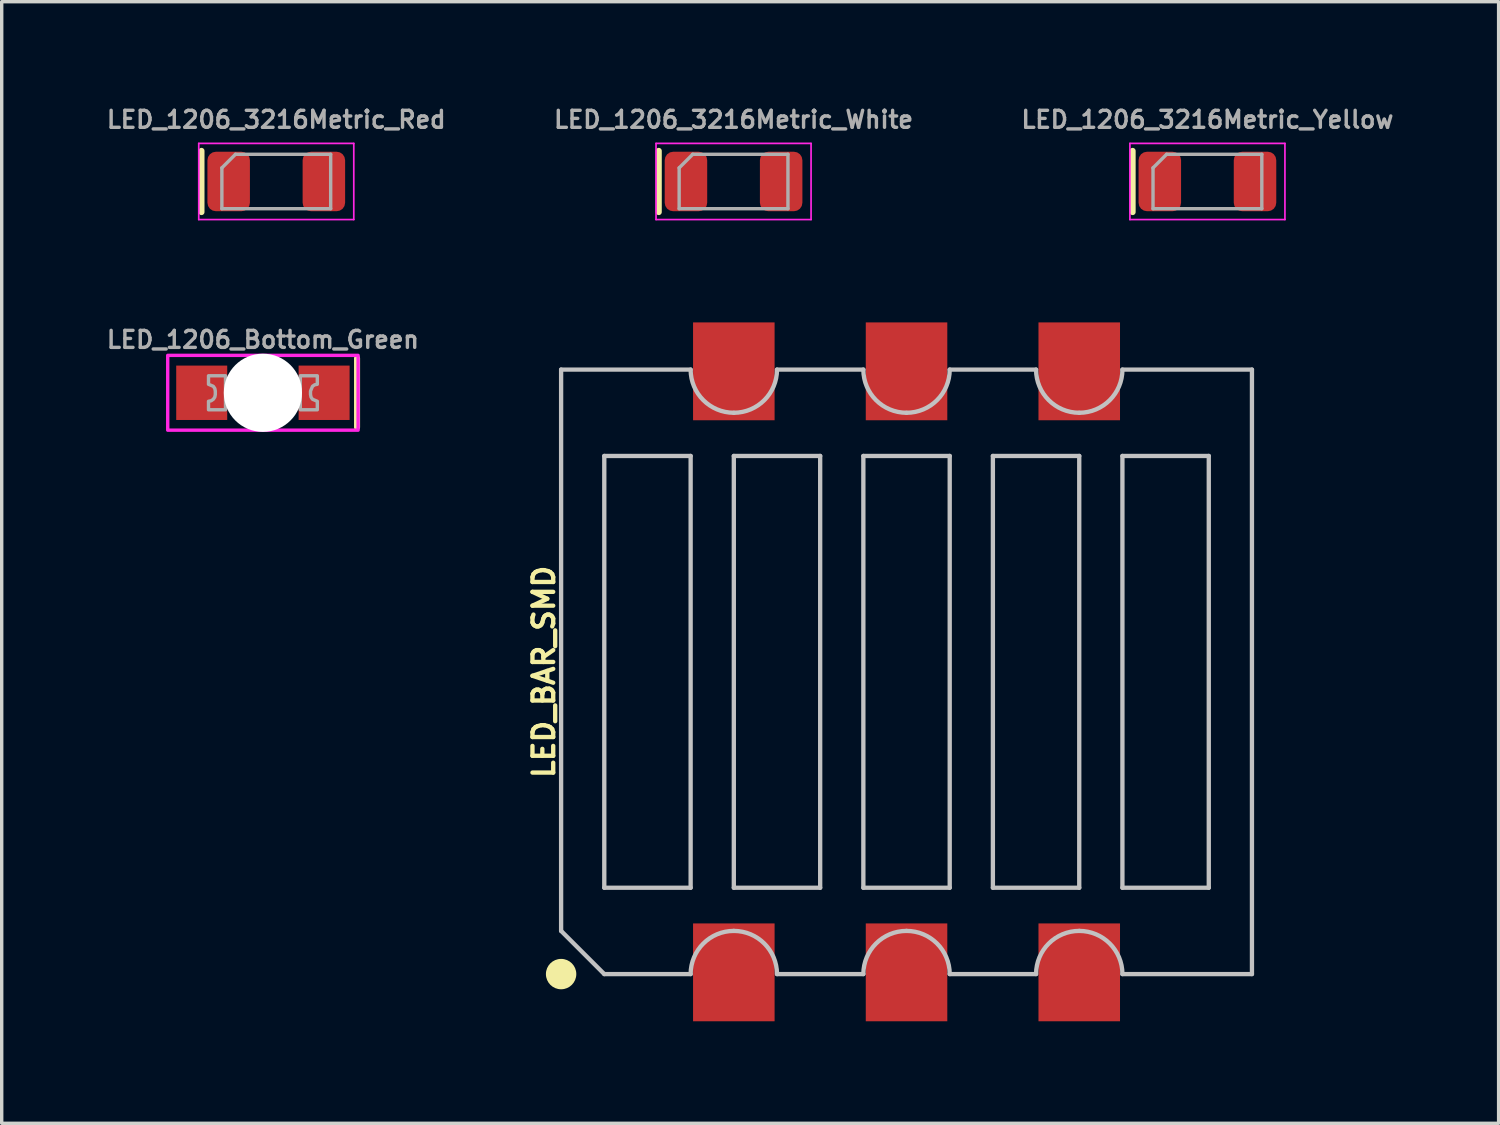
<source format=kicad_pcb>
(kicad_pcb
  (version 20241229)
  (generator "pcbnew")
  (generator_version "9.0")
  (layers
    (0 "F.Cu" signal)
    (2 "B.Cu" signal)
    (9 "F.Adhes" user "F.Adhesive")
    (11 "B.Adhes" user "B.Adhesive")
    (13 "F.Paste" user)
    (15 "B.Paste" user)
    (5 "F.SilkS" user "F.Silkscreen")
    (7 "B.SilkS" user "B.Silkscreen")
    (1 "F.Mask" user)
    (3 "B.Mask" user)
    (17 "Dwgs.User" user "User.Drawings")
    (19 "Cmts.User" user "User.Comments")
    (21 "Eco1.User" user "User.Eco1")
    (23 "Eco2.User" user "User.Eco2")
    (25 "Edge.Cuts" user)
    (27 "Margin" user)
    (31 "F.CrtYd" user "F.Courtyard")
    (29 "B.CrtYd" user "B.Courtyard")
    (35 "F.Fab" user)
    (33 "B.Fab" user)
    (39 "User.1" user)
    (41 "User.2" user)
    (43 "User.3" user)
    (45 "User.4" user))
  (footprint "LED_BAR_SMD"
    (layer "F.Cu")
    (at 23.614 16.711)
    (property "Reference" "LED_BAR_SMD" (at -10.668 0 90) (layer "F.SilkS") (effects (font (size 0.61 0.61) (thickness 0.127))))
    (attr smd)
    (fp_circle (center -10.16 8.89) (end -10.16 8.443) (stroke (width 0) (type solid)) (fill yes) (layer "F.SilkS"))
    (fp_line (start -10.16 -8.89) (end -6.35 -8.89) (stroke (width 0.127) (type solid)) (layer "Dwgs.User"))
    (fp_line (start -10.16 7.62) (end -10.16 -8.89) (stroke (width 0.127) (type solid)) (layer "Dwgs.User"))
    (fp_line (start -10.16 7.62) (end -8.89 8.89) (stroke (width 0.127) (type solid)) (layer "Dwgs.User"))
    (fp_line (start -8.89 -6.35) (end -6.35 -6.35) (stroke (width 0.127) (type solid)) (layer "Dwgs.User"))
    (fp_line (start -8.89 6.35) (end -8.89 -6.35) (stroke (width 0.127) (type solid)) (layer "Dwgs.User"))
    (fp_line (start -8.89 8.89) (end -6.35 8.89) (stroke (width 0.127) (type solid)) (layer "Dwgs.User"))
    (fp_line (start -6.35 -6.35) (end -6.35 6.35) (stroke (width 0.127) (type solid)) (layer "Dwgs.User"))
    (fp_line (start -6.35 6.35) (end -8.89 6.35) (stroke (width 0.127) (type solid)) (layer "Dwgs.User"))
    (fp_line (start -5.08 -6.35) (end -2.54 -6.35) (stroke (width 0.127) (type solid)) (layer "Dwgs.User"))
    (fp_line (start -5.08 6.35) (end -5.08 -6.35) (stroke (width 0.127) (type solid)) (layer "Dwgs.User"))
    (fp_line (start -3.81 -8.89) (end -1.27 -8.89) (stroke (width 0.127) (type solid)) (layer "Dwgs.User"))
    (fp_line (start -3.81 8.89) (end -1.27 8.89) (stroke (width 0.127) (type solid)) (layer "Dwgs.User"))
    (fp_line (start -2.54 -6.35) (end -2.54 6.35) (stroke (width 0.127) (type solid)) (layer "Dwgs.User"))
    (fp_line (start -2.54 6.35) (end -5.08 6.35) (stroke (width 0.127) (type solid)) (layer "Dwgs.User"))
    (fp_line (start -1.27 -6.35) (end 1.27 -6.35) (stroke (width 0.127) (type solid)) (layer "Dwgs.User"))
    (fp_line (start -1.27 6.35) (end -1.27 -6.35) (stroke (width 0.127) (type solid)) (layer "Dwgs.User"))
    (fp_line (start 1.27 -8.89) (end 3.81 -8.89) (stroke (width 0.127) (type solid)) (layer "Dwgs.User"))
    (fp_line (start 1.27 -6.35) (end 1.27 6.35) (stroke (width 0.127) (type solid)) (layer "Dwgs.User"))
    (fp_line (start 1.27 6.35) (end -1.27 6.35) (stroke (width 0.127) (type solid)) (layer "Dwgs.User"))
    (fp_line (start 1.27 8.89) (end 3.81 8.89) (stroke (width 0.127) (type solid)) (layer "Dwgs.User"))
    (fp_line (start 2.54 -6.35) (end 5.08 -6.35) (stroke (width 0.127) (type solid)) (layer "Dwgs.User"))
    (fp_line (start 2.54 6.35) (end 2.54 -6.35) (stroke (width 0.127) (type solid)) (layer "Dwgs.User"))
    (fp_line (start 5.08 -6.35) (end 5.08 6.35) (stroke (width 0.127) (type solid)) (layer "Dwgs.User"))
    (fp_line (start 5.08 6.35) (end 2.54 6.35) (stroke (width 0.127) (type solid)) (layer "Dwgs.User"))
    (fp_line (start 6.35 -8.89) (end 10.16 -8.89) (stroke (width 0.127) (type solid)) (layer "Dwgs.User"))
    (fp_line (start 6.35 -6.35) (end 8.89 -6.35) (stroke (width 0.127) (type solid)) (layer "Dwgs.User"))
    (fp_line (start 6.35 6.35) (end 6.35 -6.35) (stroke (width 0.127) (type solid)) (layer "Dwgs.User"))
    (fp_line (start 6.35 8.89) (end 10.16 8.89) (stroke (width 0.127) (type solid)) (layer "Dwgs.User"))
    (fp_line (start 8.89 -6.35) (end 8.89 6.35) (stroke (width 0.127) (type solid)) (layer "Dwgs.User"))
    (fp_line (start 8.89 6.35) (end 6.35 6.35) (stroke (width 0.127) (type solid)) (layer "Dwgs.User"))
    (fp_line (start 10.16 -8.89) (end 10.16 8.89) (stroke (width 0.127) (type solid)) (layer "Dwgs.User"))
    (fp_arc (start -6.35 8.89) (mid -5.978026 7.991974) (end -5.08 7.62) (stroke (width 0.127) (type solid)) (layer "Dwgs.User"))
    (fp_arc (start -5.08 -7.62) (mid -5.978026 -7.991974) (end -6.35 -8.89) (stroke (width 0.127) (type solid)) (layer "Dwgs.User"))
    (fp_arc (start -5.08 7.62) (mid -4.181974 7.991974) (end -3.81 8.89) (stroke (width 0.127) (type solid)) (layer "Dwgs.User"))
    (fp_arc (start -3.81 -8.89) (mid -4.181974 -7.991974) (end -5.08 -7.62) (stroke (width 0.127) (type solid)) (layer "Dwgs.User"))
    (fp_arc (start -1.27 8.89) (mid -0.898026 7.991974) (end 0 7.62) (stroke (width 0.127) (type solid)) (layer "Dwgs.User"))
    (fp_arc (start 0 -7.62) (mid -0.898026 -7.991974) (end -1.27 -8.89) (stroke (width 0.127) (type solid)) (layer "Dwgs.User"))
    (fp_arc (start 0 7.62) (mid 0.898026 7.991974) (end 1.27 8.89) (stroke (width 0.127) (type solid)) (layer "Dwgs.User"))
    (fp_arc (start 1.27 -8.89) (mid 0.898026 -7.991974) (end 0 -7.62) (stroke (width 0.127) (type solid)) (layer "Dwgs.User"))
    (fp_arc (start 3.81 8.89) (mid 4.181974 7.991974) (end 5.08 7.62) (stroke (width 0.127) (type solid)) (layer "Dwgs.User"))
    (fp_arc (start 5.08 -7.62) (mid 4.181974 -7.991974) (end 3.81 -8.89) (stroke (width 0.127) (type solid)) (layer "Dwgs.User"))
    (fp_arc (start 5.08 7.62) (mid 5.978026 7.991974) (end 6.35 8.89) (stroke (width 0.127) (type solid)) (layer "Dwgs.User"))
    (fp_arc (start 6.35 -8.89) (mid 5.978026 -7.991974) (end 5.08 -7.62) (stroke (width 0.127) (type solid)) (layer "Dwgs.User"))
    (pad "1" smd rect (at -5.08 8.839 90) (size 2.878 2.398) (layers "F.Cu" "F.Mask" "F.Paste"))
    (pad "2" smd rect (at 0 8.839 90) (size 2.878 2.398) (layers "F.Cu" "F.Mask" "F.Paste"))
    (pad "3" smd rect (at 5.08 8.839 90) (size 2.878 2.398) (layers "F.Cu" "F.Mask" "F.Paste"))
    (pad "4" smd rect (at 5.08 -8.839 90) (size 2.878 2.398) (layers "F.Cu" "F.Mask" "F.Paste"))
    (pad "5" smd rect (at 0 -8.839 90) (size 2.878 2.398) (layers "F.Cu" "F.Mask" "F.Paste"))
    (pad "6" smd rect (at -5.08 -8.839 90) (size 2.878 2.398) (layers "F.Cu" "F.Mask" "F.Paste")))
  (footprint "LED_1206_Bottom_Green"
    (layer "F.Cu")
    (at 4.683 8.503)
    (property "Reference" "LED_1206_Bottom_Green" (at 0 -1.27 0) (unlocked yes) (layer "F.Fab") (effects (font (size 0.5 0.5) (thickness 0.1)) (justify bottom)))
    (fp_line (start 2.769 -1.016) (end 2.769 1.016) (stroke (width 0.178) (type solid)) (layer "F.SilkS"))
    (fp_rect (start -2.8 -1.1) (end 2.8 1.1) (stroke (width 0.1) (type default)) (fill no) (layer "F.CrtYd"))
    (fp_poly (pts (xy 1.6 -0.25) (xy 1.6 -0.25) (xy 1.523 -0.235) (xy 1.459 -0.191) (xy 1.4 -0.05) (xy 1.4 0.05) (xy 1.415 0.127) (xy 1.459 0.191) (xy 1.6 0.25) (xy 1.6 0.5) (xy 1.1 0.5) (xy 1.1 -0.5) (xy 1.6 -0.5)) (stroke (width 0.1) (type default)) (fill no) (layer "F.Fab"))
    (fp_poly (pts (xy -1.1 0.5) (xy -1.6 0.5) (xy -1.6 0.25) (xy -1.6 0.25) (xy -1.523 0.235) (xy -1.459 0.191) (xy -1.415 0.127) (xy -1.4 0.05) (xy -1.4 -0.05) (xy -1.415 -0.127) (xy -1.459 -0.191) (xy -1.6 -0.25) (xy -1.6 -0.5) (xy -1.1 -0.5)) (stroke (width 0.1) (type default)) (fill no) (layer "F.Fab"))
    (pad "" np_thru_hole circle (at 0 0) (size 2.3 2.3) (drill 2.3) (layers "*.Cu" "*.Mask"))
    (pad "1" smd rect (at 1.8 0) (size 1.5 1.6) (layers "F.Cu" "F.Mask" "F.Paste"))
    (pad "2" smd rect (at -1.8 0) (size 1.5 1.6) (layers "F.Cu" "F.Mask" "F.Paste")))
  (footprint "LED_1206_3216Metric_Yellow"
    (layer "F.Cu")
    (at 32.464 2.288)
    (property "Reference" "LED_1206_3216Metric_Yellow" (at 0 -1.82 0) (layer "F.Fab") (effects (font (size 0.5 0.5) (thickness 0.1))))
    (attr smd)
    (fp_line (start -2.2 -0.9) (end -2.2 0.9) (stroke (width 0.178) (type solid)) (layer "F.SilkS"))
    (fp_line (start -2.28 -1.12) (end 2.28 -1.12) (stroke (width 0.05) (type solid)) (layer "F.CrtYd"))
    (fp_line (start -2.28 1.12) (end -2.28 -1.12) (stroke (width 0.05) (type solid)) (layer "F.CrtYd"))
    (fp_line (start 2.28 -1.12) (end 2.28 1.12) (stroke (width 0.05) (type solid)) (layer "F.CrtYd"))
    (fp_line (start 2.28 1.12) (end -2.28 1.12) (stroke (width 0.05) (type solid)) (layer "F.CrtYd"))
    (fp_line (start -1.6 -0.4) (end -1.6 0.8) (stroke (width 0.1) (type solid)) (layer "F.Fab"))
    (fp_line (start -1.6 0.8) (end 1.6 0.8) (stroke (width 0.1) (type solid)) (layer "F.Fab"))
    (fp_line (start -1.2 -0.8) (end -1.6 -0.4) (stroke (width 0.1) (type solid)) (layer "F.Fab"))
    (fp_line (start 1.6 -0.8) (end -1.2 -0.8) (stroke (width 0.1) (type solid)) (layer "F.Fab"))
    (fp_line (start 1.6 0.8) (end 1.6 -0.8) (stroke (width 0.1) (type solid)) (layer "F.Fab"))
    (pad "1" smd roundrect (at -1.4 0) (size 1.25 1.75) (layers "F.Cu" "F.Mask" "F.Paste") (roundrect_rratio 0.2))
    (pad "2" smd roundrect (at 1.4 0) (size 1.25 1.75) (layers "F.Cu" "F.Mask" "F.Paste") (roundrect_rratio 0.2)))
  (footprint "LED_1206_3216Metric_White"
    (layer "F.Cu")
    (at 18.526 2.288)
    (property "Reference" "LED_1206_3216Metric_White" (at 0 -1.82 0) (layer "F.Fab") (effects (font (size 0.5 0.5) (thickness 0.1))))
    (attr smd)
    (fp_line (start -2.2 -0.9) (end -2.2 0.9) (stroke (width 0.178) (type solid)) (layer "F.SilkS"))
    (fp_line (start -2.28 -1.12) (end 2.28 -1.12) (stroke (width 0.05) (type solid)) (layer "F.CrtYd"))
    (fp_line (start -2.28 1.12) (end -2.28 -1.12) (stroke (width 0.05) (type solid)) (layer "F.CrtYd"))
    (fp_line (start 2.28 -1.12) (end 2.28 1.12) (stroke (width 0.05) (type solid)) (layer "F.CrtYd"))
    (fp_line (start 2.28 1.12) (end -2.28 1.12) (stroke (width 0.05) (type solid)) (layer "F.CrtYd"))
    (fp_line (start -1.6 -0.4) (end -1.6 0.8) (stroke (width 0.1) (type solid)) (layer "F.Fab"))
    (fp_line (start -1.6 0.8) (end 1.6 0.8) (stroke (width 0.1) (type solid)) (layer "F.Fab"))
    (fp_line (start -1.2 -0.8) (end -1.6 -0.4) (stroke (width 0.1) (type solid)) (layer "F.Fab"))
    (fp_line (start 1.6 -0.8) (end -1.2 -0.8) (stroke (width 0.1) (type solid)) (layer "F.Fab"))
    (fp_line (start 1.6 0.8) (end 1.6 -0.8) (stroke (width 0.1) (type solid)) (layer "F.Fab"))
    (pad "1" smd roundrect (at -1.4 0) (size 1.25 1.75) (layers "F.Cu" "F.Mask" "F.Paste") (roundrect_rratio 0.2))
    (pad "2" smd roundrect (at 1.4 0) (size 1.25 1.75) (layers "F.Cu" "F.Mask" "F.Paste") (roundrect_rratio 0.2)))
  (footprint "LED_1206_3216Metric_Red"
    (layer "F.Cu")
    (at 5.076 2.288)
    (property "Reference" "LED_1206_3216Metric_Red" (at 0 -1.82 0) (layer "F.Fab") (effects (font (size 0.5 0.5) (thickness 0.1))))
    (attr smd)
    (fp_line (start -2.2 -0.9) (end -2.2 0.9) (stroke (width 0.178) (type solid)) (layer "F.SilkS"))
    (fp_line (start -2.28 -1.12) (end 2.28 -1.12) (stroke (width 0.05) (type solid)) (layer "F.CrtYd"))
    (fp_line (start -2.28 1.12) (end -2.28 -1.12) (stroke (width 0.05) (type solid)) (layer "F.CrtYd"))
    (fp_line (start 2.28 -1.12) (end 2.28 1.12) (stroke (width 0.05) (type solid)) (layer "F.CrtYd"))
    (fp_line (start 2.28 1.12) (end -2.28 1.12) (stroke (width 0.05) (type solid)) (layer "F.CrtYd"))
    (fp_line (start -1.6 -0.4) (end -1.6 0.8) (stroke (width 0.1) (type solid)) (layer "F.Fab"))
    (fp_line (start -1.6 0.8) (end 1.6 0.8) (stroke (width 0.1) (type solid)) (layer "F.Fab"))
    (fp_line (start -1.2 -0.8) (end -1.6 -0.4) (stroke (width 0.1) (type solid)) (layer "F.Fab"))
    (fp_line (start 1.6 -0.8) (end -1.2 -0.8) (stroke (width 0.1) (type solid)) (layer "F.Fab"))
    (fp_line (start 1.6 0.8) (end 1.6 -0.8) (stroke (width 0.1) (type solid)) (layer "F.Fab"))
    (pad "1" smd roundrect (at -1.4 0) (size 1.25 1.75) (layers "F.Cu" "F.Mask" "F.Paste") (roundrect_rratio 0.2))
    (pad "2" smd roundrect (at 1.4 0) (size 1.25 1.75) (layers "F.Cu" "F.Mask" "F.Paste") (roundrect_rratio 0.2)))
  (gr_rect
    (start -3 -3)
    (end 41.029 29.989)
    (stroke (width 0.1) (type default))
    (fill no)
    (layer "Edge.Cuts")))
</source>
